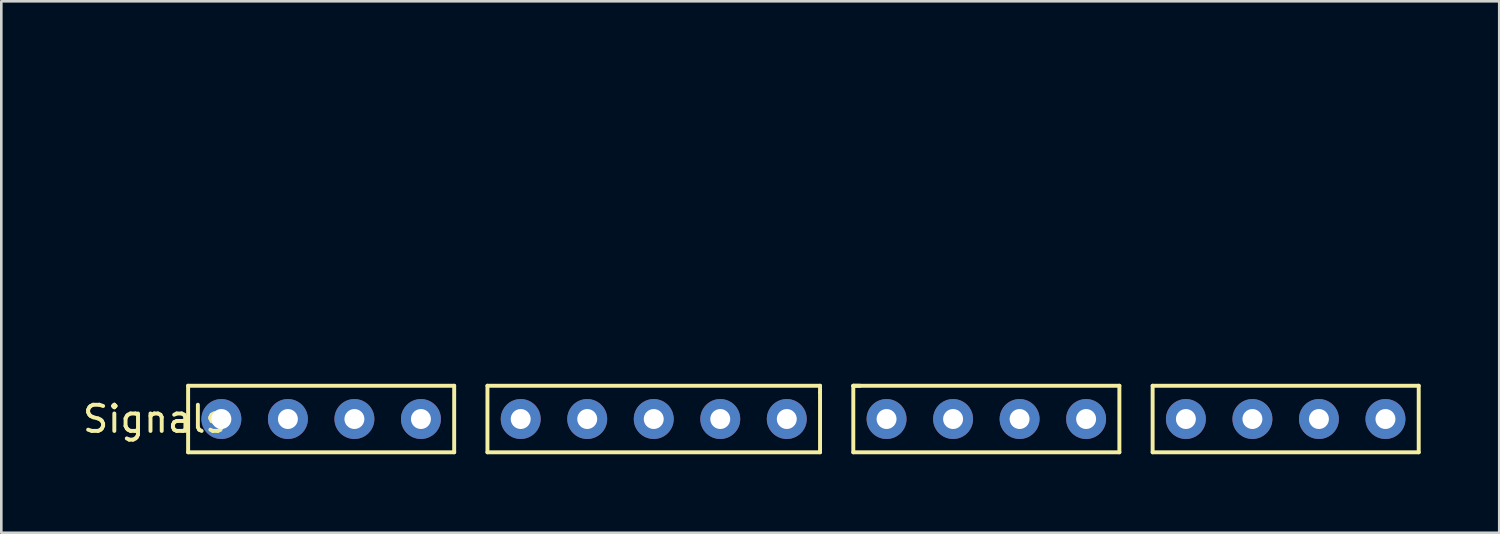
<source format=kicad_pcb>
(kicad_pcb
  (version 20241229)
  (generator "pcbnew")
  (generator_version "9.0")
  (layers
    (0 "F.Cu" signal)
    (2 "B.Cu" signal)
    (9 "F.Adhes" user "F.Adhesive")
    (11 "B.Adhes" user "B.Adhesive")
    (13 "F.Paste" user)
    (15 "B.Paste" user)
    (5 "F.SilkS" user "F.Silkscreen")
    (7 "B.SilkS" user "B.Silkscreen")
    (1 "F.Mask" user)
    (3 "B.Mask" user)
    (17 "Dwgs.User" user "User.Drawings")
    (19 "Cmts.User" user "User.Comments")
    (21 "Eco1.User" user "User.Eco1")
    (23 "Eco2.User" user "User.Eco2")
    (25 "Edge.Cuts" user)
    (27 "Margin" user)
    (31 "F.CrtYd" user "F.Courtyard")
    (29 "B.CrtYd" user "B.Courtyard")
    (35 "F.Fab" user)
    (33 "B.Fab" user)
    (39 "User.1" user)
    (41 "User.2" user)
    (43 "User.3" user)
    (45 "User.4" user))
  (footprint "Signals"
    (layer "F.Cu")
    (at 4.133 0.25)
    (property "Reference" "Signals" (at -1.27 12.7 0) (layer "F.SilkS") (effects (font (size 1 1) (thickness 0.15))))
    (attr through_hole)
    (fp_line (start 0 11.43) (end 10.16 11.43) (stroke (width 0.15) (type solid)) (layer "F.SilkS"))
    (fp_line (start 0 13.97) (end 0 11.43) (stroke (width 0.15) (type solid)) (layer "F.SilkS"))
    (fp_line (start 10.16 11.43) (end 10.16 13.97) (stroke (width 0.15) (type solid)) (layer "F.SilkS"))
    (fp_line (start 10.16 13.97) (end 0 13.97) (stroke (width 0.15) (type solid)) (layer "F.SilkS"))
    (fp_line (start 11.43 11.43) (end 11.43 13.97) (stroke (width 0.15) (type solid)) (layer "F.SilkS"))
    (fp_line (start 11.43 13.97) (end 24.13 13.97) (stroke (width 0.15) (type solid)) (layer "F.SilkS"))
    (fp_line (start 24.13 11.43) (end 11.43 11.43) (stroke (width 0.15) (type solid)) (layer "F.SilkS"))
    (fp_line (start 24.13 11.684) (end 24.13 11.43) (stroke (width 0.15) (type solid)) (layer "F.SilkS"))
    (fp_line (start 24.13 13.97) (end 24.13 11.684) (stroke (width 0.15) (type solid)) (layer "F.SilkS"))
    (fp_line (start 25.4 11.43) (end 25.4 13.97) (stroke (width 0.15) (type solid)) (layer "F.SilkS"))
    (fp_line (start 25.4 13.97) (end 35.56 13.97) (stroke (width 0.15) (type solid)) (layer "F.SilkS"))
    (fp_line (start 25.654 11.43) (end 25.4 11.43) (stroke (width 0.15) (type solid)) (layer "F.SilkS"))
    (fp_line (start 35.56 11.43) (end 25.4 11.43) (stroke (width 0.15) (type solid)) (layer "F.SilkS"))
    (fp_line (start 35.56 13.97) (end 35.56 11.43) (stroke (width 0.15) (type solid)) (layer "F.SilkS"))
    (fp_line (start 36.83 11.43) (end 36.83 13.97) (stroke (width 0.15) (type solid)) (layer "F.SilkS"))
    (fp_line (start 36.83 13.97) (end 46.99 13.97) (stroke (width 0.15) (type solid)) (layer "F.SilkS"))
    (fp_line (start 46.99 11.43) (end 36.83 11.43) (stroke (width 0.15) (type solid)) (layer "F.SilkS"))
    (fp_line (start 46.99 13.97) (end 46.99 11.43) (stroke (width 0.15) (type solid)) (layer "F.SilkS"))
    (pad "1" thru_hole circle (at 1.27 12.7) (size 1.524 1.524) (drill 0.762) (layers "*.Cu" "*.Mask"))
    (pad "2" thru_hole circle (at 3.81 12.7) (size 1.524 1.524) (drill 0.762) (layers "*.Cu" "*.Mask"))
    (pad "3" thru_hole circle (at 6.35 12.7) (size 1.524 1.524) (drill 0.762) (layers "*.Cu" "*.Mask"))
    (pad "4" thru_hole circle (at 8.89 12.7) (size 1.524 1.524) (drill 0.762) (layers "*.Cu" "*.Mask"))
    (pad "5" thru_hole circle (at 12.7 12.7) (size 1.524 1.524) (drill 0.762) (layers "*.Cu" "*.Mask"))
    (pad "6" thru_hole circle (at 15.24 12.7) (size 1.524 1.524) (drill 0.762) (layers "*.Cu" "*.Mask"))
    (pad "7" thru_hole circle (at 17.78 12.7) (size 1.524 1.524) (drill 0.762) (layers "*.Cu" "*.Mask"))
    (pad "8" thru_hole circle (at 20.32 12.7) (size 1.524 1.524) (drill 0.762) (layers "*.Cu" "*.Mask"))
    (pad "9" thru_hole circle (at 22.86 12.7) (size 1.524 1.524) (drill 0.762) (layers "*.Cu" "*.Mask"))
    (pad "10" thru_hole circle (at 26.67 12.7) (size 1.524 1.524) (drill 0.762) (layers "*.Cu" "*.Mask"))
    (pad "11" thru_hole circle (at 29.21 12.7) (size 1.524 1.524) (drill 0.762) (layers "*.Cu" "*.Mask"))
    (pad "12" thru_hole circle (at 31.75 12.7) (size 1.524 1.524) (drill 0.762) (layers "*.Cu" "*.Mask"))
    (pad "13" thru_hole circle (at 34.29 12.7) (size 1.524 1.524) (drill 0.762) (layers "*.Cu" "*.Mask"))
    (pad "14" thru_hole circle (at 38.1 12.7) (size 1.524 1.524) (drill 0.762) (layers "*.Cu" "*.Mask"))
    (pad "15" thru_hole circle (at 40.64 12.7) (size 1.524 1.524) (drill 0.762) (layers "*.Cu" "*.Mask"))
    (pad "16" thru_hole circle (at 43.18 12.7) (size 1.524 1.524) (drill 0.762) (layers "*.Cu" "*.Mask"))
    (pad "17" thru_hole circle (at 45.72 12.7) (size 1.524 1.524) (drill 0.762) (layers "*.Cu" "*.Mask")))
  (gr_rect
    (start -3 -3)
    (end 54.198 17.295)
    (stroke (width 0.1) (type default))
    (fill no)
    (layer "Edge.Cuts")))
</source>
